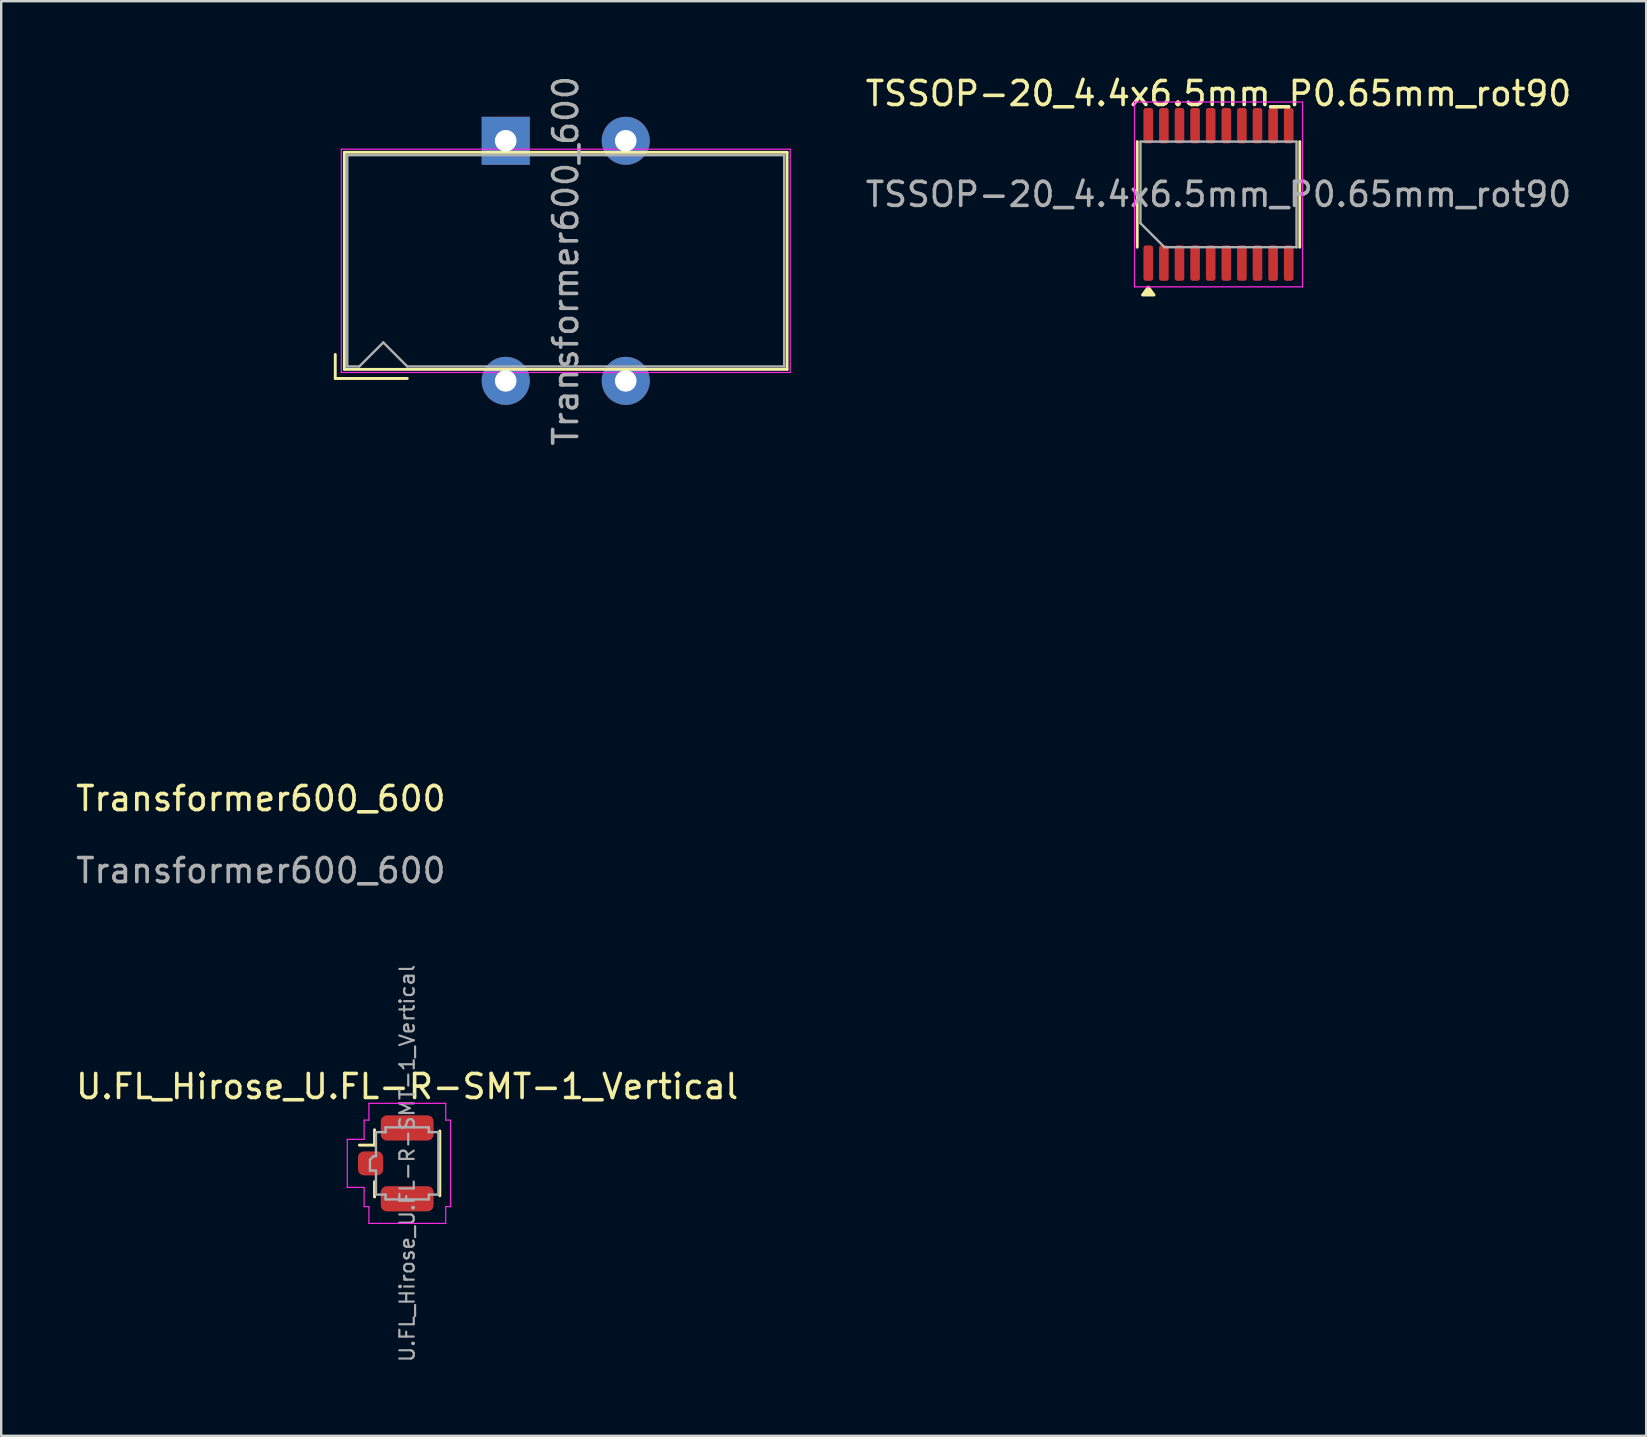
<source format=kicad_pcb>
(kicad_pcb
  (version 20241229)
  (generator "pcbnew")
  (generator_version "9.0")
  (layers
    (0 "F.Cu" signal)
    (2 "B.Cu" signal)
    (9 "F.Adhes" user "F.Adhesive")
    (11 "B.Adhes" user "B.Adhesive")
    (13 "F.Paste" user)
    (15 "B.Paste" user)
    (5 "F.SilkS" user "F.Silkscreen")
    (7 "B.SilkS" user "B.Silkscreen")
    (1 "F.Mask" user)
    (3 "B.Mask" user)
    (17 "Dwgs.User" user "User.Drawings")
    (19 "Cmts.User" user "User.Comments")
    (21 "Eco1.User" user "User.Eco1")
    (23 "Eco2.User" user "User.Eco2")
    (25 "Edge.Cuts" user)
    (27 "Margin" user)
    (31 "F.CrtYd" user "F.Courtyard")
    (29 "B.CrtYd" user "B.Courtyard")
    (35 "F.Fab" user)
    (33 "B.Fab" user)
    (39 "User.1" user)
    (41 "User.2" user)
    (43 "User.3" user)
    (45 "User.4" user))
  (footprint "Transformer600_600"
    (layer "F.Cu")
    (at 20.515 7.815)
    (property "Reference" "Transformer600_600" (at -12.7 22.4 0) (unlocked yes) (layer "F.SilkS") (effects (font (size 1 1) (thickness 0.15))))
    (attr through_hole)
    (fp_line (start -9.6 4.9) (end -9.6 3.9) (stroke (width 0.12) (type solid)) (layer "F.SilkS"))
    (fp_line (start -9.6 4.9) (end -6.6 4.9) (stroke (width 0.12) (type solid)) (layer "F.SilkS"))
    (fp_line (start -9.22 -4.52) (end 9.22 -4.52) (stroke (width 0.12) (type solid)) (layer "F.SilkS"))
    (fp_line (start -9.22 4.52) (end -9.22 -4.52) (stroke (width 0.12) (type solid)) (layer "F.SilkS"))
    (fp_line (start 9.22 -4.52) (end 9.22 4.52) (stroke (width 0.12) (type solid)) (layer "F.SilkS"))
    (fp_line (start 9.22 4.52) (end -9.22 4.52) (stroke (width 0.12) (type solid)) (layer "F.SilkS"))
    (fp_line (start -9.35 -4.65) (end -9.35 4.65) (stroke (width 0.05) (type solid)) (layer "F.CrtYd"))
    (fp_line (start -9.35 4.65) (end 9.35 4.65) (stroke (width 0.05) (type solid)) (layer "F.CrtYd"))
    (fp_line (start 9.35 -4.65) (end -9.35 -4.65) (stroke (width 0.05) (type solid)) (layer "F.CrtYd"))
    (fp_line (start 9.35 4.65) (end 9.35 -4.65) (stroke (width 0.05) (type solid)) (layer "F.CrtYd"))
    (fp_line (start -9.1 -4.4) (end 9.1 -4.4) (stroke (width 0.1) (type solid)) (layer "F.Fab"))
    (fp_line (start -9.1 4.4) (end -9.1 -4.4) (stroke (width 0.1) (type solid)) (layer "F.Fab"))
    (fp_line (start -8.6 4.4) (end -9.1 4.4) (stroke (width 0.1) (type solid)) (layer "F.Fab"))
    (fp_line (start -7.6 3.4) (end -8.6 4.4) (stroke (width 0.1) (type solid)) (layer "F.Fab"))
    (fp_line (start -6.6 4.4) (end -7.6 3.4) (stroke (width 0.1) (type solid)) (layer "F.Fab"))
    (fp_line (start 9.1 -4.4) (end 9.1 4.4) (stroke (width 0.1) (type solid)) (layer "F.Fab"))
    (fp_line (start 9.1 4.4) (end -6.6 4.4) (stroke (width 0.1) (type solid)) (layer "F.Fab"))
    (fp_text user "${REFERENCE}" (at -12.7 25.4 0) (unlocked yes) (layer "F.Fab") (effects (font (size 1 1) (thickness 0.15))))
    (fp_text user "${REFERENCE}" (at 0 0 90) (layer "F.Fab") (effects (font (size 1 1) (thickness 0.15))))
    (pad "1" thru_hole rect (at -2.5 -5) (size 2 2) (drill 0.9) (layers "*.Cu" "*.Mask"))
    (pad "2" thru_hole circle (at 2.5 -5) (size 2 2) (drill 0.9) (layers "*.Cu" "*.Mask"))
    (pad "3" thru_hole circle (at -2.5 5) (size 2 2) (drill 0.9) (layers "*.Cu" "*.Mask"))
    (pad "4" thru_hole circle (at 2.5 5) (size 2 2) (drill 0.9) (layers "*.Cu" "*.Mask")))
  (footprint "U.FL_Hirose_U.FL-R-SMT-1_Vertical"
    (layer "F.Cu")
    (at 13.436 45.41)
    (property "Reference" "U.FL_Hirose_U.FL-R-SMT-1_Vertical" (at 0.475 -3.2 0) (layer "F.SilkS") (effects (font (size 1 1) (thickness 0.15))))
    (attr smd)
    (fp_line (start -0.885 -1.4) (end -0.885 -0.76) (stroke (width 0.12) (type solid)) (layer "F.SilkS"))
    (fp_line (start -0.885 -0.76) (end -1.515 -0.76) (stroke (width 0.12) (type solid)) (layer "F.SilkS"))
    (fp_line (start -0.885 1.4) (end -0.885 0.76) (stroke (width 0.12) (type solid)) (layer "F.SilkS"))
    (fp_line (start 1.835 -1.35) (end 1.835 1.35) (stroke (width 0.12) (type solid)) (layer "F.SilkS"))
    (fp_line (start -2.02 1) (end -2.02 -1) (stroke (width 0.05) (type solid)) (layer "F.CrtYd"))
    (fp_line (start -1.32 -1.8) (end -1.12 -1.8) (stroke (width 0.05) (type solid)) (layer "F.CrtYd"))
    (fp_line (start -1.32 -1) (end -2.02 -1) (stroke (width 0.05) (type solid)) (layer "F.CrtYd"))
    (fp_line (start -1.32 -1) (end -1.32 -1.8) (stroke (width 0.05) (type solid)) (layer "F.CrtYd"))
    (fp_line (start -1.32 1) (end -2.02 1) (stroke (width 0.05) (type solid)) (layer "F.CrtYd"))
    (fp_line (start -1.32 1.8) (end -1.32 1) (stroke (width 0.05) (type solid)) (layer "F.CrtYd"))
    (fp_line (start -1.32 1.8) (end -1.12 1.8) (stroke (width 0.05) (type solid)) (layer "F.CrtYd"))
    (fp_line (start -1.12 -1.8) (end -1.12 -2.5) (stroke (width 0.05) (type solid)) (layer "F.CrtYd"))
    (fp_line (start -1.12 2.5) (end -1.12 1.8) (stroke (width 0.05) (type solid)) (layer "F.CrtYd"))
    (fp_line (start 2.08 -2.5) (end -1.12 -2.5) (stroke (width 0.05) (type solid)) (layer "F.CrtYd"))
    (fp_line (start 2.08 -1.8) (end 2.08 -2.5) (stroke (width 0.05) (type solid)) (layer "F.CrtYd"))
    (fp_line (start 2.08 -1.8) (end 2.28 -1.8) (stroke (width 0.05) (type solid)) (layer "F.CrtYd"))
    (fp_line (start 2.08 1.8) (end 2.28 1.8) (stroke (width 0.05) (type solid)) (layer "F.CrtYd"))
    (fp_line (start 2.08 2.5) (end -1.12 2.5) (stroke (width 0.05) (type solid)) (layer "F.CrtYd"))
    (fp_line (start 2.08 2.5) (end 2.08 1.8) (stroke (width 0.05) (type solid)) (layer "F.CrtYd"))
    (fp_line (start 2.28 1.8) (end 2.28 -1.8) (stroke (width 0.05) (type solid)) (layer "F.CrtYd"))
    (fp_line (start -1.075 0.3) (end -1.075 -0.15) (stroke (width 0.1) (type solid)) (layer "F.Fab"))
    (fp_line (start -1.075 0.3) (end -0.825 0.3) (stroke (width 0.1) (type solid)) (layer "F.Fab"))
    (fp_line (start -0.925 -0.3) (end -1.075 -0.15) (stroke (width 0.1) (type solid)) (layer "F.Fab"))
    (fp_line (start -0.925 -0.3) (end -0.825 -0.3) (stroke (width 0.1) (type solid)) (layer "F.Fab"))
    (fp_line (start -0.825 -0.3) (end -0.825 -1.3) (stroke (width 0.1) (type solid)) (layer "F.Fab"))
    (fp_line (start -0.825 0.3) (end -0.825 1.3) (stroke (width 0.1) (type solid)) (layer "F.Fab"))
    (fp_line (start -0.425 -1.5) (end -0.425 -1.3) (stroke (width 0.1) (type solid)) (layer "F.Fab"))
    (fp_line (start -0.425 -1.5) (end 1.375 -1.5) (stroke (width 0.1) (type solid)) (layer "F.Fab"))
    (fp_line (start -0.425 -1.3) (end -0.825 -1.3) (stroke (width 0.1) (type solid)) (layer "F.Fab"))
    (fp_line (start -0.425 1.3) (end -0.825 1.3) (stroke (width 0.1) (type solid)) (layer "F.Fab"))
    (fp_line (start -0.425 1.5) (end -0.425 1.3) (stroke (width 0.1) (type solid)) (layer "F.Fab"))
    (fp_line (start -0.425 1.5) (end 1.375 1.5) (stroke (width 0.1) (type solid)) (layer "F.Fab"))
    (fp_line (start 1.375 -1.5) (end 1.375 -1.3) (stroke (width 0.1) (type solid)) (layer "F.Fab"))
    (fp_line (start 1.375 1.5) (end 1.375 1.3) (stroke (width 0.1) (type solid)) (layer "F.Fab"))
    (fp_line (start 1.775 -1.3) (end 1.375 -1.3) (stroke (width 0.1) (type solid)) (layer "F.Fab"))
    (fp_line (start 1.775 -1.3) (end 1.775 1.3) (stroke (width 0.1) (type solid)) (layer "F.Fab"))
    (fp_line (start 1.775 1.3) (end 1.375 1.3) (stroke (width 0.1) (type solid)) (layer "F.Fab"))
    (fp_text user "${REFERENCE}" (at 0.475 0 90) (layer "F.Fab") (effects (font (size 0.6 0.6) (thickness 0.09))))
    (pad "1" smd roundrect (at -1.05 0) (size 1.05 1) (layers "F.Cu" "F.Mask" "F.Paste") (roundrect_rratio 0.25))
    (pad "2" smd roundrect (at 0.475 -1.475) (size 2.2 1.05) (layers "F.Cu" "F.Mask" "F.Paste") (roundrect_rratio 0.238))
    (pad "2" smd roundrect (at 0.475 1.475) (size 2.2 1.05) (layers "F.Cu" "F.Mask" "F.Paste") (roundrect_rratio 0.238)))
  (footprint "TSSOP-20_4.4x6.5mm_P0.65mm_rot90"
    (layer "F.Cu")
    (at 47.706 5.048)
    (property "Reference" "TSSOP-20_4.4x6.5mm_P0.65mm_rot90" (at 0 -4.2 0) (layer "F.SilkS") (effects (font (size 1 1) (thickness 0.15))))
    (attr smd)
    (fp_line (start -3.385 0) (end -3.385 -2.2) (stroke (width 0.12) (type solid)) (layer "F.SilkS"))
    (fp_line (start -3.385 0) (end -3.385 2.2) (stroke (width 0.12) (type solid)) (layer "F.SilkS"))
    (fp_line (start 3.385 0) (end 3.385 -2.2) (stroke (width 0.12) (type solid)) (layer "F.SilkS"))
    (fp_line (start 3.385 0) (end 3.385 2.2) (stroke (width 0.12) (type solid)) (layer "F.SilkS"))
    (fp_poly (pts (xy -2.925 3.86) (xy -3.165 4.19) (xy -2.685 4.19) (xy -2.925 3.86)) (stroke (width 0.12) (type solid)) (fill yes) (layer "F.SilkS"))
    (fp_line (start -3.5 -3.85) (end -3.5 3.85) (stroke (width 0.05) (type solid)) (layer "F.CrtYd"))
    (fp_line (start -3.5 3.85) (end 3.5 3.85) (stroke (width 0.05) (type solid)) (layer "F.CrtYd"))
    (fp_line (start 3.5 -3.85) (end -3.5 -3.85) (stroke (width 0.05) (type solid)) (layer "F.CrtYd"))
    (fp_line (start 3.5 3.85) (end 3.5 -3.85) (stroke (width 0.05) (type solid)) (layer "F.CrtYd"))
    (fp_line (start -3.25 -2.2) (end 3.25 -2.2) (stroke (width 0.1) (type solid)) (layer "F.Fab"))
    (fp_line (start -3.25 1.2) (end -3.25 -2.2) (stroke (width 0.1) (type solid)) (layer "F.Fab"))
    (fp_line (start -2.25 2.2) (end -3.25 1.2) (stroke (width 0.1) (type solid)) (layer "F.Fab"))
    (fp_line (start 3.25 -2.2) (end 3.25 2.2) (stroke (width 0.1) (type solid)) (layer "F.Fab"))
    (fp_line (start 3.25 2.2) (end -2.25 2.2) (stroke (width 0.1) (type solid)) (layer "F.Fab"))
    (fp_text user "${REFERENCE}" (at 0 0 0) (layer "F.Fab") (effects (font (size 1 1) (thickness 0.15))))
    (pad "1" smd roundrect (at -2.925 2.862 90) (size 1.475 0.4) (layers "F.Cu" "F.Mask" "F.Paste") (roundrect_rratio 0.25))
    (pad "2" smd roundrect (at -2.275 2.862 90) (size 1.475 0.4) (layers "F.Cu" "F.Mask" "F.Paste") (roundrect_rratio 0.25))
    (pad "3" smd roundrect (at -1.625 2.862 90) (size 1.475 0.4) (layers "F.Cu" "F.Mask" "F.Paste") (roundrect_rratio 0.25))
    (pad "4" smd roundrect (at -0.975 2.862 90) (size 1.475 0.4) (layers "F.Cu" "F.Mask" "F.Paste") (roundrect_rratio 0.25))
    (pad "5" smd roundrect (at -0.325 2.862 90) (size 1.475 0.4) (layers "F.Cu" "F.Mask" "F.Paste") (roundrect_rratio 0.25))
    (pad "6" smd roundrect (at 0.325 2.862 90) (size 1.475 0.4) (layers "F.Cu" "F.Mask" "F.Paste") (roundrect_rratio 0.25))
    (pad "7" smd roundrect (at 0.975 2.862 90) (size 1.475 0.4) (layers "F.Cu" "F.Mask" "F.Paste") (roundrect_rratio 0.25))
    (pad "8" smd roundrect (at 1.625 2.862 90) (size 1.475 0.4) (layers "F.Cu" "F.Mask" "F.Paste") (roundrect_rratio 0.25))
    (pad "9" smd roundrect (at 2.275 2.862 90) (size 1.475 0.4) (layers "F.Cu" "F.Mask" "F.Paste") (roundrect_rratio 0.25))
    (pad "10" smd roundrect (at 2.925 2.862 90) (size 1.475 0.4) (layers "F.Cu" "F.Mask" "F.Paste") (roundrect_rratio 0.25))
    (pad "11" smd roundrect (at 2.925 -2.862 90) (size 1.475 0.4) (layers "F.Cu" "F.Mask" "F.Paste") (roundrect_rratio 0.25))
    (pad "12" smd roundrect (at 2.275 -2.862 90) (size 1.475 0.4) (layers "F.Cu" "F.Mask" "F.Paste") (roundrect_rratio 0.25))
    (pad "13" smd roundrect (at 1.625 -2.862 90) (size 1.475 0.4) (layers "F.Cu" "F.Mask" "F.Paste") (roundrect_rratio 0.25))
    (pad "14" smd roundrect (at 0.975 -2.862 90) (size 1.475 0.4) (layers "F.Cu" "F.Mask" "F.Paste") (roundrect_rratio 0.25))
    (pad "15" smd roundrect (at 0.325 -2.862 90) (size 1.475 0.4) (layers "F.Cu" "F.Mask" "F.Paste") (roundrect_rratio 0.25))
    (pad "16" smd roundrect (at -0.325 -2.862 90) (size 1.475 0.4) (layers "F.Cu" "F.Mask" "F.Paste") (roundrect_rratio 0.25))
    (pad "17" smd roundrect (at -0.975 -2.862 90) (size 1.475 0.4) (layers "F.Cu" "F.Mask" "F.Paste") (roundrect_rratio 0.25))
    (pad "18" smd roundrect (at -1.625 -2.862 90) (size 1.475 0.4) (layers "F.Cu" "F.Mask" "F.Paste") (roundrect_rratio 0.25))
    (pad "19" smd roundrect (at -2.275 -2.862 90) (size 1.475 0.4) (layers "F.Cu" "F.Mask" "F.Paste") (roundrect_rratio 0.25))
    (pad "20" smd roundrect (at -2.925 -2.862 90) (size 1.475 0.4) (layers "F.Cu" "F.Mask" "F.Paste") (roundrect_rratio 0.25)))
  (gr_rect
    (start -3 -3)
    (end 65.521 56.757)
    (stroke (width 0.1) (type default))
    (fill no)
    (layer "Edge.Cuts")))
</source>
